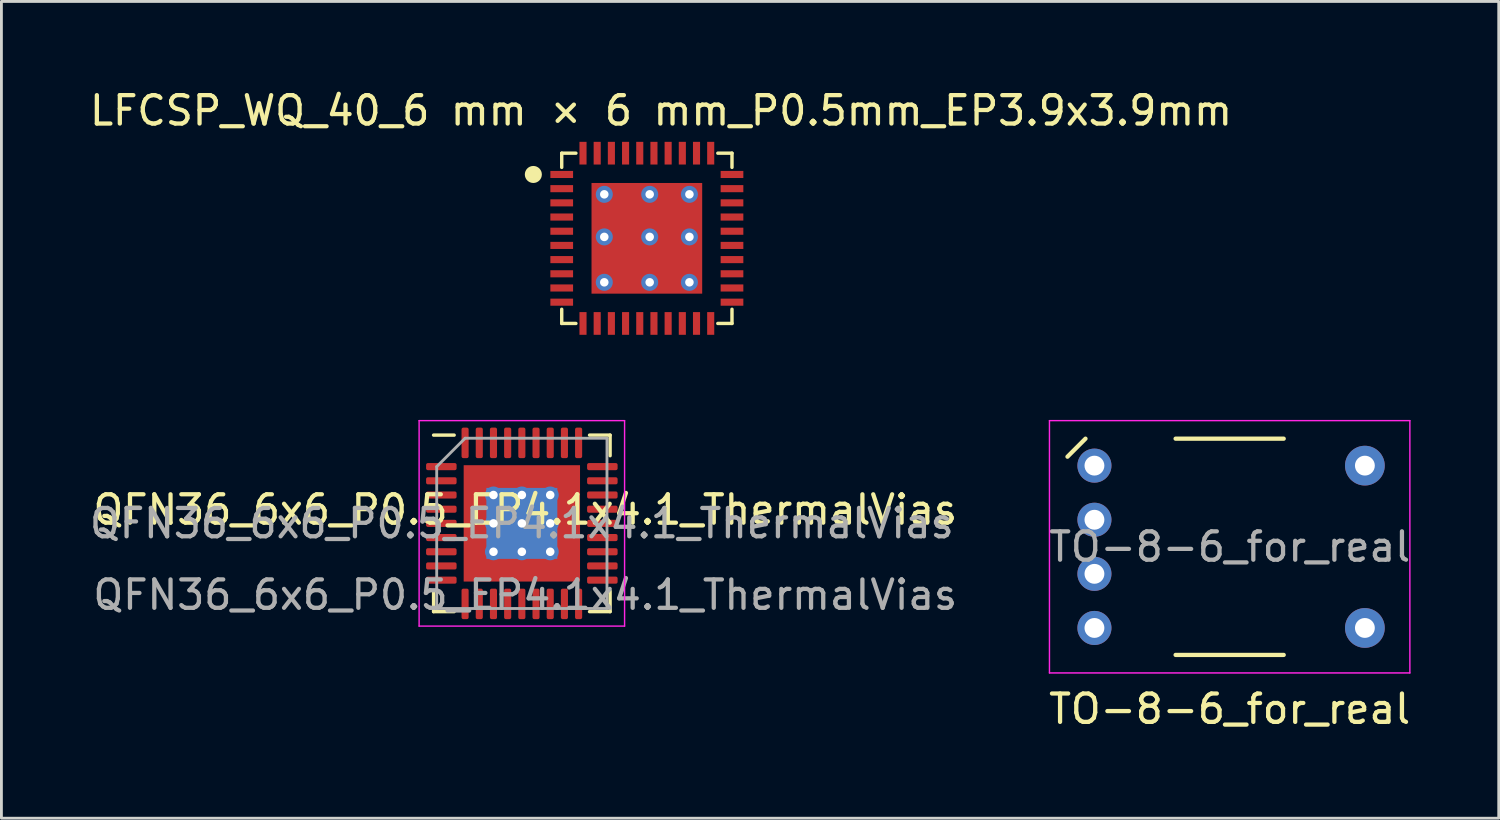
<source format=kicad_pcb>
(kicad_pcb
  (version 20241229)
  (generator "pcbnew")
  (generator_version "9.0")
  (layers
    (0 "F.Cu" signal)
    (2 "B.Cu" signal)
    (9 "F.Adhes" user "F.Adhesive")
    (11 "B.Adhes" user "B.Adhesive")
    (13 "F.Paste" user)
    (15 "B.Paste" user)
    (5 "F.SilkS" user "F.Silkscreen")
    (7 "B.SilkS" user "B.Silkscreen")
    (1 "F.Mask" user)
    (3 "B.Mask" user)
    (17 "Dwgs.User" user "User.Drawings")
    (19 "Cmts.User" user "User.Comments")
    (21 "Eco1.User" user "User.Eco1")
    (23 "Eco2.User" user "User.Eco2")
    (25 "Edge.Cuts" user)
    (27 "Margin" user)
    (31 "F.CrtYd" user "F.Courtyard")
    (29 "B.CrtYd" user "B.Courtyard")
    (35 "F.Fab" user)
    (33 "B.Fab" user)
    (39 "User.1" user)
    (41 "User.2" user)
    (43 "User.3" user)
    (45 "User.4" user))
  (footprint "TO-8-6_for_real"
    (layer "F.Cu")
    (at 40.281 16.218)
    (property "Reference" "TO-8-6_for_real" (at 0 5.715 0) (layer "F.SilkS") (effects (font (size 1 1) (thickness 0.15))))
    (attr through_hole)
    (fp_line (start -5.715 -3.175) (end -5.08 -3.81) (stroke (width 0.15) (type solid)) (layer "F.SilkS"))
    (fp_line (start -1.905 -3.81) (end 1.905 -3.81) (stroke (width 0.15) (type solid)) (layer "F.SilkS"))
    (fp_line (start -1.905 3.81) (end 1.905 3.81) (stroke (width 0.15) (type solid)) (layer "F.SilkS"))
    (fp_line (start -6.35 -4.445) (end 6.35 -4.445) (stroke (width 0.05) (type solid)) (layer "F.CrtYd"))
    (fp_line (start -6.35 4.445) (end -6.35 -4.445) (stroke (width 0.05) (type solid)) (layer "F.CrtYd"))
    (fp_line (start 6.35 -4.445) (end 6.35 4.445) (stroke (width 0.05) (type solid)) (layer "F.CrtYd"))
    (fp_line (start 6.35 4.445) (end -6.35 4.445) (stroke (width 0.05) (type solid)) (layer "F.CrtYd"))
    (fp_text user "${REFERENCE}" (at 0 0 0) (layer "F.Fab") (effects (font (size 1 1) (thickness 0.15))))
    (pad "1" thru_hole circle (at -4.765 -2.86) (size 1.2 1.2) (drill 0.7) (layers "*.Cu" "*.Mask"))
    (pad "2" thru_hole circle (at -4.765 -0.953) (size 1.2 1.2) (drill 0.7) (layers "*.Cu" "*.Mask"))
    (pad "3" thru_hole circle (at -4.765 0.953) (size 1.2 1.2) (drill 0.7) (layers "*.Cu" "*.Mask"))
    (pad "4" thru_hole circle (at -4.765 2.86) (size 1.2 1.2) (drill 0.7) (layers "*.Cu" "*.Mask"))
    (pad "5" thru_hole circle (at 4.765 -2.86) (size 1.4 1.4) (drill 0.7) (layers "*.Cu" "*.Mask"))
    (pad "6" thru_hole circle (at 4.765 2.86) (size 1.4 1.4) (drill 0.7) (layers "*.Cu" "*.Mask")))
  (footprint "LFCSP_WQ_40_6 mm × 6 mm_P0.5mm_EP3.9x3.9mm"
    (layer "F.Cu")
    (at 16.744 3.098)
    (property "Reference" "LFCSP_WQ_40_6 mm × 6 mm_P0.5mm_EP3.9x3.9mm" (at 3.5 -2.25 0) (unlocked yes) (layer "F.SilkS") (effects (font (size 1 1) (thickness 0.15))))
    (fp_line (start 0 -0.75) (end 0 -0.25) (stroke (width 0.12) (type solid)) (layer "F.SilkS"))
    (fp_line (start 0 5.25) (end 0 4.75) (stroke (width 0.12) (type solid)) (layer "F.SilkS"))
    (fp_line (start 0.5 -0.75) (end 0 -0.75) (stroke (width 0.12) (type solid)) (layer "F.SilkS"))
    (fp_line (start 0.5 5.25) (end 0 5.25) (stroke (width 0.12) (type solid)) (layer "F.SilkS"))
    (fp_line (start 5.5 -0.75) (end 6 -0.75) (stroke (width 0.12) (type solid)) (layer "F.SilkS"))
    (fp_line (start 5.5 5.25) (end 6 5.25) (stroke (width 0.12) (type solid)) (layer "F.SilkS"))
    (fp_line (start 6 -0.75) (end 6 -0.25) (stroke (width 0.12) (type solid)) (layer "F.SilkS"))
    (fp_line (start 6 5.25) (end 6 4.75) (stroke (width 0.12) (type solid)) (layer "F.SilkS"))
    (fp_circle (center -1 0) (end -0.85 0) (stroke (width 0.3) (type solid)) (fill no) (layer "F.SilkS"))
    (pad "1" smd rect (at 0 0) (size 0.8 0.25) (layers "F.Cu" "F.Mask" "F.Paste"))
    (pad "2" smd rect (at 0 0.5) (size 0.8 0.25) (layers "F.Cu" "F.Mask" "F.Paste"))
    (pad "3" smd rect (at 0 1) (size 0.8 0.25) (layers "F.Cu" "F.Mask" "F.Paste"))
    (pad "4" smd rect (at 0 1.5) (size 0.8 0.25) (layers "F.Cu" "F.Mask" "F.Paste"))
    (pad "5" smd rect (at 0 2) (size 0.8 0.25) (layers "F.Cu" "F.Mask" "F.Paste"))
    (pad "6" smd rect (at 0 2.5) (size 0.8 0.25) (layers "F.Cu" "F.Mask" "F.Paste"))
    (pad "7" smd rect (at 0 3) (size 0.8 0.25) (layers "F.Cu" "F.Mask" "F.Paste"))
    (pad "8" smd rect (at 0 3.5) (size 0.8 0.25) (layers "F.Cu" "F.Mask" "F.Paste"))
    (pad "9" smd rect (at 0 4) (size 0.8 0.25) (layers "F.Cu" "F.Mask" "F.Paste"))
    (pad "10" smd rect (at 0 4.5) (size 0.8 0.25) (layers "F.Cu" "F.Mask" "F.Paste"))
    (pad "11" smd rect (at 0.75 5.25) (size 0.25 0.8) (layers "F.Cu" "F.Mask" "F.Paste"))
    (pad "12" smd rect (at 1.25 5.25) (size 0.25 0.8) (layers "F.Cu" "F.Mask" "F.Paste"))
    (pad "13" smd rect (at 1.75 5.25) (size 0.25 0.8) (layers "F.Cu" "F.Mask" "F.Paste"))
    (pad "14" smd rect (at 2.25 5.25) (size 0.25 0.8) (layers "F.Cu" "F.Mask" "F.Paste"))
    (pad "15" smd rect (at 2.75 5.25) (size 0.25 0.8) (layers "F.Cu" "F.Mask" "F.Paste"))
    (pad "16" smd rect (at 3.25 5.25) (size 0.25 0.8) (layers "F.Cu" "F.Mask" "F.Paste"))
    (pad "17" smd rect (at 3.75 5.25) (size 0.25 0.8) (layers "F.Cu" "F.Mask" "F.Paste"))
    (pad "18" smd rect (at 4.25 5.25) (size 0.25 0.8) (layers "F.Cu" "F.Mask" "F.Paste"))
    (pad "19" smd rect (at 4.75 5.25) (size 0.25 0.8) (layers "F.Cu" "F.Mask" "F.Paste"))
    (pad "20" smd rect (at 5.25 5.25) (size 0.25 0.8) (layers "F.Cu" "F.Mask" "F.Paste"))
    (pad "21" smd rect (at 6 4.5) (size 0.8 0.25) (layers "F.Cu" "F.Mask" "F.Paste"))
    (pad "22" smd rect (at 6 4) (size 0.8 0.25) (layers "F.Cu" "F.Mask" "F.Paste"))
    (pad "23" smd rect (at 6 3.5) (size 0.8 0.25) (layers "F.Cu" "F.Mask" "F.Paste"))
    (pad "24" smd rect (at 6 3) (size 0.8 0.25) (layers "F.Cu" "F.Mask" "F.Paste"))
    (pad "25" smd rect (at 6 2.5) (size 0.8 0.25) (layers "F.Cu" "F.Mask" "F.Paste"))
    (pad "26" smd rect (at 6 2) (size 0.8 0.25) (layers "F.Cu" "F.Mask" "F.Paste"))
    (pad "27" smd rect (at 6 1.5) (size 0.8 0.25) (layers "F.Cu" "F.Mask" "F.Paste"))
    (pad "28" smd rect (at 6 1) (size 0.8 0.25) (layers "F.Cu" "F.Mask" "F.Paste"))
    (pad "29" smd rect (at 6 0.5) (size 0.8 0.25) (layers "F.Cu" "F.Mask" "F.Paste"))
    (pad "30" smd rect (at 6 0) (size 0.8 0.25) (layers "F.Cu" "F.Mask" "F.Paste"))
    (pad "31" smd rect (at 5.25 -0.75) (size 0.25 0.8) (layers "F.Cu" "F.Mask" "F.Paste"))
    (pad "32" smd rect (at 4.75 -0.75) (size 0.25 0.8) (layers "F.Cu" "F.Mask" "F.Paste"))
    (pad "33" smd rect (at 4.25 -0.75) (size 0.25 0.8) (layers "F.Cu" "F.Mask" "F.Paste"))
    (pad "34" smd rect (at 3.75 -0.75) (size 0.25 0.8) (layers "F.Cu" "F.Mask" "F.Paste"))
    (pad "35" smd rect (at 3.25 -0.75) (size 0.25 0.8) (layers "F.Cu" "F.Mask" "F.Paste"))
    (pad "36" smd rect (at 2.75 -0.75) (size 0.25 0.8) (layers "F.Cu" "F.Mask" "F.Paste"))
    (pad "37" smd rect (at 2.25 -0.75) (size 0.25 0.8) (layers "F.Cu" "F.Mask" "F.Paste"))
    (pad "38" smd rect (at 1.75 -0.75) (size 0.25 0.8) (layers "F.Cu" "F.Mask" "F.Paste"))
    (pad "39" smd rect (at 1.25 -0.75) (size 0.25 0.8) (layers "F.Cu" "F.Mask" "F.Paste"))
    (pad "40" smd rect (at 0.75 -0.75) (size 0.25 0.8) (layers "F.Cu" "F.Mask" "F.Paste"))
    (pad "41" thru_hole circle (at 1.5 0.7) (size 0.6 0.6) (drill 0.3) (layers "*.Cu" "*.Mask"))
    (pad "41" thru_hole circle (at 1.5 2.2) (size 0.6 0.6) (drill 0.3) (layers "*.Cu" "*.Mask"))
    (pad "41" thru_hole circle (at 1.5 3.8) (size 0.6 0.6) (drill 0.3) (layers "*.Cu" "*.Mask"))
    (pad "41" thru_hole circle (at 3.1 0.7) (size 0.6 0.6) (drill 0.3) (layers "*.Cu" "*.Mask"))
    (pad "41" thru_hole circle (at 3.1 2.2) (size 0.6 0.6) (drill 0.3) (layers "*.Cu" "*.Mask"))
    (pad "41" thru_hole circle (at 3.1 3.8) (size 0.6 0.6) (drill 0.3) (layers "*.Cu" "*.Mask"))
    (pad "41" thru_hole circle (at 4.5 0.7) (size 0.6 0.6) (drill 0.3) (layers "*.Cu" "*.Mask"))
    (pad "41" thru_hole circle (at 4.5 2.2) (size 0.6 0.6) (drill 0.3) (layers "*.Cu" "*.Mask"))
    (pad "41" thru_hole circle (at 4.5 3.8) (size 0.6 0.6) (drill 0.3) (layers "*.Cu" "*.Mask"))
    (pad "P" smd rect (at 3 2.25) (size 3.9 3.9) (layers "F.Cu" "F.Mask" "F.Paste")))
  (footprint "QFN36_6x6_P0.5_EP4.1x4.1_ThermalVias"
    (layer "F.Cu")
    (at 15.339 15.393)
    (property "Reference" "QFN36_6x6_P0.5_EP4.1x4.1_ThermalVias" (at 0.12 -0.48 0) (unlocked yes) (layer "F.SilkS") (effects (font (size 1 1) (thickness 0.15))))
    (attr smd)
    (fp_line (start -3.11 3.11) (end -3.11 2.385) (stroke (width 0.12) (type solid)) (layer "F.SilkS"))
    (fp_line (start -2.385 -3.11) (end -3.11 -3.11) (stroke (width 0.12) (type solid)) (layer "F.SilkS"))
    (fp_line (start -2.385 3.11) (end -3.11 3.11) (stroke (width 0.12) (type solid)) (layer "F.SilkS"))
    (fp_line (start 2.385 -3.11) (end 3.11 -3.11) (stroke (width 0.12) (type solid)) (layer "F.SilkS"))
    (fp_line (start 2.385 3.11) (end 3.11 3.11) (stroke (width 0.12) (type solid)) (layer "F.SilkS"))
    (fp_line (start 3.11 -3.11) (end 3.11 -2.385) (stroke (width 0.12) (type solid)) (layer "F.SilkS"))
    (fp_line (start 3.11 3.11) (end 3.11 2.385) (stroke (width 0.12) (type solid)) (layer "F.SilkS"))
    (fp_line (start -3.62 -3.62) (end -3.62 3.62) (stroke (width 0.05) (type solid)) (layer "F.CrtYd"))
    (fp_line (start -3.62 3.62) (end 3.62 3.62) (stroke (width 0.05) (type solid)) (layer "F.CrtYd"))
    (fp_line (start 3.62 -3.62) (end -3.62 -3.62) (stroke (width 0.05) (type solid)) (layer "F.CrtYd"))
    (fp_line (start 3.62 3.62) (end 3.62 -3.62) (stroke (width 0.05) (type solid)) (layer "F.CrtYd"))
    (fp_line (start -3 -2) (end -2 -3) (stroke (width 0.1) (type solid)) (layer "F.Fab"))
    (fp_line (start -3 3) (end -3 -2) (stroke (width 0.1) (type solid)) (layer "F.Fab"))
    (fp_line (start -2 -3) (end 3 -3) (stroke (width 0.1) (type solid)) (layer "F.Fab"))
    (fp_line (start 3 -3) (end 3 3) (stroke (width 0.1) (type solid)) (layer "F.Fab"))
    (fp_line (start 3 3) (end -3 3) (stroke (width 0.1) (type solid)) (layer "F.Fab"))
    (fp_text user "${REFERENCE}" (at 0.12 2.52 0) (unlocked yes) (layer "F.Fab") (effects (font (size 1 1) (thickness 0.15))))
    (fp_text user "${REFERENCE}" (at 0 0 0) (layer "F.Fab") (effects (font (size 1 1) (thickness 0.15))))
    (pad "" smd roundrect (at -1.525 -1.525) (size 0.847 0.847) (layers "F.Paste") (roundrect_rratio 0.25))
    (pad "" smd roundrect (at -1.525 -0.5) (size 0.847 0.806) (layers "F.Paste") (roundrect_rratio 0.25))
    (pad "" smd roundrect (at -1.525 0.5) (size 0.847 0.806) (layers "F.Paste") (roundrect_rratio 0.25))
    (pad "" smd roundrect (at -1.525 1.525) (size 0.847 0.847) (layers "F.Paste") (roundrect_rratio 0.25))
    (pad "" smd roundrect (at -0.5 -1.525) (size 0.806 0.847) (layers "F.Paste") (roundrect_rratio 0.25))
    (pad "" smd roundrect (at -0.5 -0.5) (size 0.806 0.806) (layers "F.Paste") (roundrect_rratio 0.25))
    (pad "" smd roundrect (at -0.5 0.5) (size 0.806 0.806) (layers "F.Paste") (roundrect_rratio 0.25))
    (pad "" smd roundrect (at -0.5 1.525) (size 0.806 0.847) (layers "F.Paste") (roundrect_rratio 0.25))
    (pad "" smd roundrect (at 0.5 -1.525) (size 0.806 0.847) (layers "F.Paste") (roundrect_rratio 0.25))
    (pad "" smd roundrect (at 0.5 -0.5) (size 0.806 0.806) (layers "F.Paste") (roundrect_rratio 0.25))
    (pad "" smd roundrect (at 0.5 0.5) (size 0.806 0.806) (layers "F.Paste") (roundrect_rratio 0.25))
    (pad "" smd roundrect (at 0.5 1.525) (size 0.806 0.847) (layers "F.Paste") (roundrect_rratio 0.25))
    (pad "" smd roundrect (at 1.525 -1.525) (size 0.847 0.847) (layers "F.Paste") (roundrect_rratio 0.25))
    (pad "" smd roundrect (at 1.525 -0.5) (size 0.847 0.806) (layers "F.Paste") (roundrect_rratio 0.25))
    (pad "" smd roundrect (at 1.525 0.5) (size 0.847 0.806) (layers "F.Paste") (roundrect_rratio 0.25))
    (pad "" smd roundrect (at 1.525 1.525) (size 0.847 0.847) (layers "F.Paste") (roundrect_rratio 0.25))
    (pad "1" smd roundrect (at -2.837 -2) (size 1.075 0.25) (layers "F.Cu" "F.Mask" "F.Paste") (roundrect_rratio 0.25))
    (pad "2" smd roundrect (at -2.837 -1.5) (size 1.075 0.25) (layers "F.Cu" "F.Mask" "F.Paste") (roundrect_rratio 0.25))
    (pad "3" smd roundrect (at -2.837 -1) (size 1.075 0.25) (layers "F.Cu" "F.Mask" "F.Paste") (roundrect_rratio 0.25))
    (pad "4" smd roundrect (at -2.837 -0.5) (size 1.075 0.25) (layers "F.Cu" "F.Mask" "F.Paste") (roundrect_rratio 0.25))
    (pad "5" smd roundrect (at -2.837 0) (size 1.075 0.25) (layers "F.Cu" "F.Mask" "F.Paste") (roundrect_rratio 0.25))
    (pad "6" smd roundrect (at -2.837 0.5) (size 1.075 0.25) (layers "F.Cu" "F.Mask" "F.Paste") (roundrect_rratio 0.25))
    (pad "7" smd roundrect (at -2.837 1) (size 1.075 0.25) (layers "F.Cu" "F.Mask" "F.Paste") (roundrect_rratio 0.25))
    (pad "8" smd roundrect (at -2.837 1.5) (size 1.075 0.25) (layers "F.Cu" "F.Mask" "F.Paste") (roundrect_rratio 0.25))
    (pad "9" smd roundrect (at -2.837 2) (size 1.075 0.25) (layers "F.Cu" "F.Mask" "F.Paste") (roundrect_rratio 0.25))
    (pad "10" smd roundrect (at -2 2.837) (size 0.25 1.075) (layers "F.Cu" "F.Mask" "F.Paste") (roundrect_rratio 0.25))
    (pad "11" smd roundrect (at -1.5 2.837) (size 0.25 1.075) (layers "F.Cu" "F.Mask" "F.Paste") (roundrect_rratio 0.25))
    (pad "12" smd roundrect (at -1 2.837) (size 0.25 1.075) (layers "F.Cu" "F.Mask" "F.Paste") (roundrect_rratio 0.25))
    (pad "13" smd roundrect (at -0.5 2.837) (size 0.25 1.075) (layers "F.Cu" "F.Mask" "F.Paste") (roundrect_rratio 0.25))
    (pad "14" smd roundrect (at 0 2.837) (size 0.25 1.075) (layers "F.Cu" "F.Mask" "F.Paste") (roundrect_rratio 0.25))
    (pad "15" smd roundrect (at 0.5 2.837) (size 0.25 1.075) (layers "F.Cu" "F.Mask" "F.Paste") (roundrect_rratio 0.25))
    (pad "16" smd roundrect (at 1 2.837) (size 0.25 1.075) (layers "F.Cu" "F.Mask" "F.Paste") (roundrect_rratio 0.25))
    (pad "17" smd roundrect (at 1.5 2.837) (size 0.25 1.075) (layers "F.Cu" "F.Mask" "F.Paste") (roundrect_rratio 0.25))
    (pad "18" smd roundrect (at 2 2.837) (size 0.25 1.075) (layers "F.Cu" "F.Mask" "F.Paste") (roundrect_rratio 0.25))
    (pad "19" smd roundrect (at 2.837 2) (size 1.075 0.25) (layers "F.Cu" "F.Mask" "F.Paste") (roundrect_rratio 0.25))
    (pad "20" smd roundrect (at 2.837 1.5) (size 1.075 0.25) (layers "F.Cu" "F.Mask" "F.Paste") (roundrect_rratio 0.25))
    (pad "21" smd roundrect (at 2.837 1) (size 1.075 0.25) (layers "F.Cu" "F.Mask" "F.Paste") (roundrect_rratio 0.25))
    (pad "22" smd roundrect (at 2.837 0.5) (size 1.075 0.25) (layers "F.Cu" "F.Mask" "F.Paste") (roundrect_rratio 0.25))
    (pad "23" smd roundrect (at 2.837 0) (size 1.075 0.25) (layers "F.Cu" "F.Mask" "F.Paste") (roundrect_rratio 0.25))
    (pad "24" smd roundrect (at 2.837 -0.5) (size 1.075 0.25) (layers "F.Cu" "F.Mask" "F.Paste") (roundrect_rratio 0.25))
    (pad "25" smd roundrect (at 2.837 -1) (size 1.075 0.25) (layers "F.Cu" "F.Mask" "F.Paste") (roundrect_rratio 0.25))
    (pad "26" smd roundrect (at 2.837 -1.5) (size 1.075 0.25) (layers "F.Cu" "F.Mask" "F.Paste") (roundrect_rratio 0.25))
    (pad "27" smd roundrect (at 2.837 -2) (size 1.075 0.25) (layers "F.Cu" "F.Mask" "F.Paste") (roundrect_rratio 0.25))
    (pad "28" smd roundrect (at 2 -2.837) (size 0.25 1.075) (layers "F.Cu" "F.Mask" "F.Paste") (roundrect_rratio 0.25))
    (pad "29" smd roundrect (at 1.5 -2.837) (size 0.25 1.075) (layers "F.Cu" "F.Mask" "F.Paste") (roundrect_rratio 0.25))
    (pad "30" smd roundrect (at 1 -2.837) (size 0.25 1.075) (layers "F.Cu" "F.Mask" "F.Paste") (roundrect_rratio 0.25))
    (pad "31" smd roundrect (at 0.5 -2.837) (size 0.25 1.075) (layers "F.Cu" "F.Mask" "F.Paste") (roundrect_rratio 0.25))
    (pad "32" smd roundrect (at 0 -2.837) (size 0.25 1.075) (layers "F.Cu" "F.Mask" "F.Paste") (roundrect_rratio 0.25))
    (pad "33" smd roundrect (at -0.5 -2.837) (size 0.25 1.075) (layers "F.Cu" "F.Mask" "F.Paste") (roundrect_rratio 0.25))
    (pad "34" smd roundrect (at -1 -2.837) (size 0.25 1.075) (layers "F.Cu" "F.Mask" "F.Paste") (roundrect_rratio 0.25))
    (pad "35" smd roundrect (at -1.5 -2.837) (size 0.25 1.075) (layers "F.Cu" "F.Mask" "F.Paste") (roundrect_rratio 0.25))
    (pad "36" smd roundrect (at -2 -2.837) (size 0.25 1.075) (layers "F.Cu" "F.Mask" "F.Paste") (roundrect_rratio 0.25))
    (pad "37" thru_hole circle (at -1 -1) (size 0.6 0.6) (drill 0.3) (layers "*.Cu"))
    (pad "37" thru_hole circle (at -1 0) (size 0.6 0.6) (drill 0.3) (layers "*.Cu"))
    (pad "37" thru_hole circle (at -1 1) (size 0.6 0.6) (drill 0.3) (layers "*.Cu"))
    (pad "37" thru_hole circle (at 0 -1) (size 0.6 0.6) (drill 0.3) (layers "*.Cu"))
    (pad "37" thru_hole circle (at 0 0) (size 0.6 0.6) (drill 0.3) (layers "*.Cu"))
    (pad "37" smd rect (at 0 0) (size 2.5 2.5) (layers "B.Cu"))
    (pad "37" smd rect (at 0 0) (size 4.1 4.1) (layers "F.Cu" "F.Mask"))
    (pad "37" thru_hole circle (at 0 1) (size 0.6 0.6) (drill 0.3) (layers "*.Cu"))
    (pad "37" thru_hole circle (at 1 -1) (size 0.6 0.6) (drill 0.3) (layers "*.Cu"))
    (pad "37" thru_hole circle (at 1 0) (size 0.6 0.6) (drill 0.3) (layers "*.Cu"))
    (pad "37" thru_hole circle (at 1 1) (size 0.6 0.6) (drill 0.3) (layers "*.Cu")))
  (gr_rect
    (start -3 -3)
    (end 49.763 25.782)
    (stroke (width 0.1) (type default))
    (fill no)
    (layer "Edge.Cuts")))
</source>
